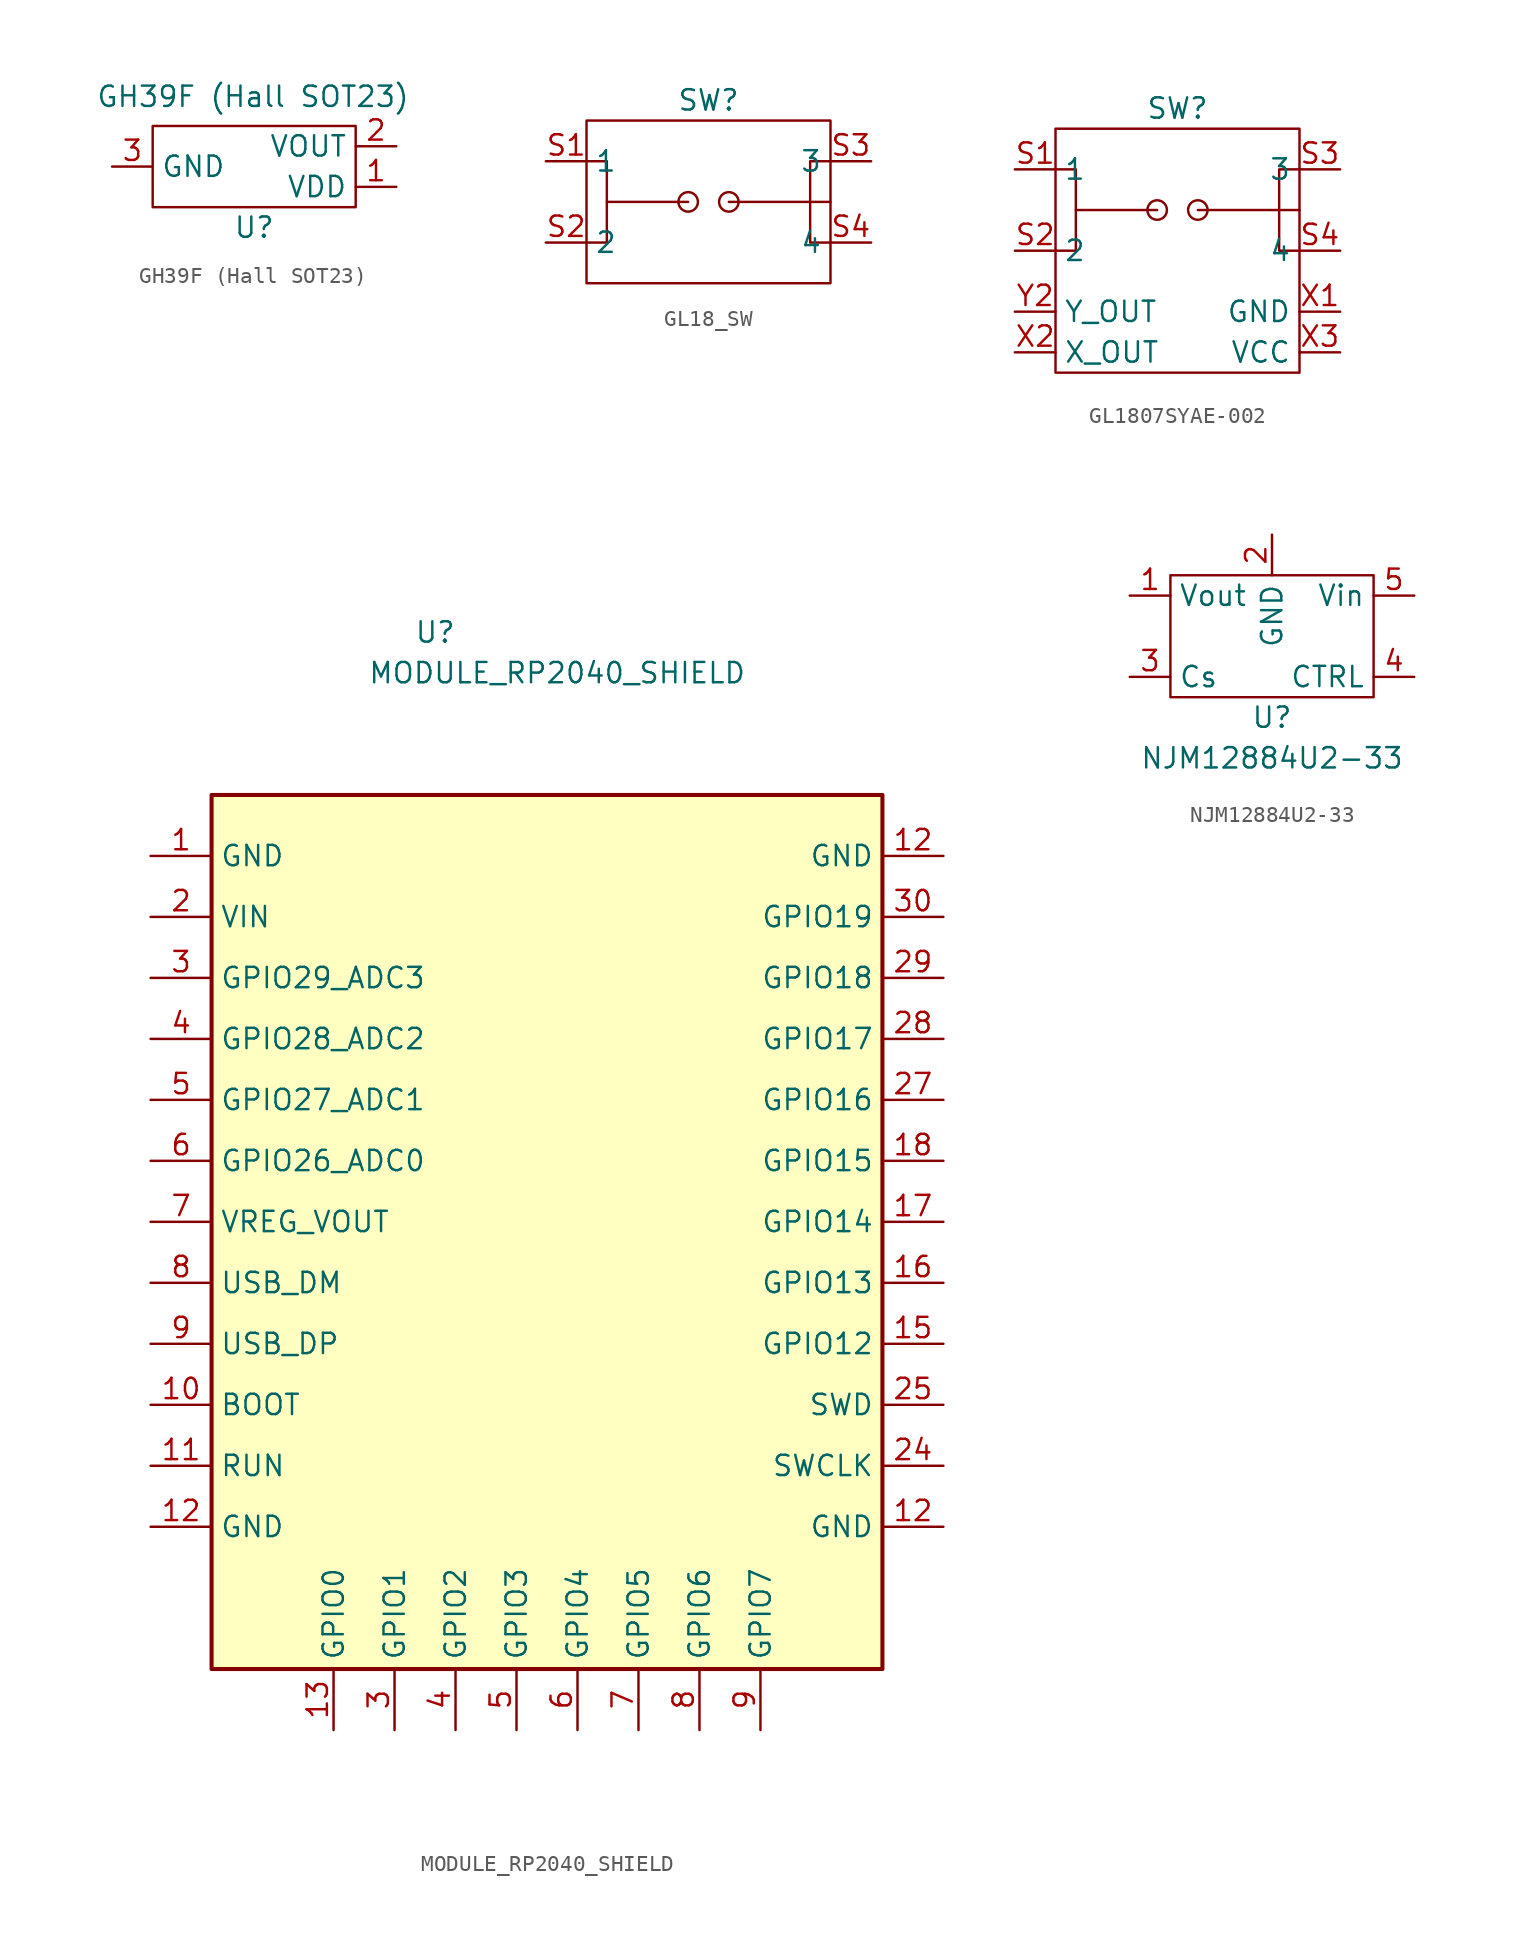
<source format=kicad_sym>
(kicad_symbol_lib
  (version 20231120)
  (generator "kicad_symbol_editor")
  (generator_version "8.0")
  (symbol "GH39F (Hall SOT23)"
    (property "Reference" "U"
      (at 0 -3.81 0)
      (effects (font (size 1.27 1.27))))
    (property "Value" "GH39F (Hall SOT23)"
      (at -0.074 4.376 0)
      (effects (font (size 1.27 1.27))))
    (symbol "GH39F (Hall SOT23)_0_1"
      (rectangle (start -6.35 2.54) (end 6.35 -2.54) (stroke (width 0) (type default)) (fill (type none))))
    (symbol "GH39F (Hall SOT23)_1_1"
      (pin power_in line (at 8.89 -1.27 180) (length 2.54) (name "VDD" (effects (font (size 1.27 1.27)))) (number "1" (effects (font (size 1.27 1.27)))))
      (pin output line (at 8.89 1.27 180) (length 2.54) (name "VOUT" (effects (font (size 1.27 1.27)))) (number "2" (effects (font (size 1.27 1.27)))))
      (pin power_in line (at -8.89 0 0) (length 2.54) (name "GND" (effects (font (size 1.27 1.27)))) (number "3" (effects (font (size 1.27 1.27)))))))
  (symbol "GL18_SW"
    (property "Reference" "SW"
      (at 0 6.35 0)
      (effects (font (size 1.27 1.27))))
    (symbol "GL18_SW_0_1"
      (rectangle (start -7.62 5.08) (end 7.62 -5.08) (stroke (width 0) (type default)) (fill (type none)))
      (circle (center -1.27 0) (radius 0.609) (stroke (width 0) (type default)) (fill (type none)))
      (polyline (pts (xy -6.35 0) (xy -1.27 0)) (stroke (width 0) (type default)) (fill (type none)))
      (polyline (pts (xy 1.27 0) (xy 7.62 0)) (stroke (width 0) (type default)) (fill (type none)))
      (polyline (pts (xy -7.62 2.54) (xy -6.35 2.54) (xy -6.35 0) (xy -6.35 -2.54) (xy -7.62 -2.54)) (stroke (width 0) (type default)) (fill (type none)))
      (polyline (pts (xy 7.62 2.54) (xy 6.35 2.54) (xy 6.35 0) (xy 6.35 -2.54) (xy 7.62 -2.54)) (stroke (width 0) (type default)) (fill (type none)))
      (circle (center 1.27 0) (radius 0.609) (stroke (width 0) (type default)) (fill (type none))))
    (symbol "GL18_SW_1_1"
      (pin input line (at -10.16 2.54 0) (length 2.54) (name "1" (effects (font (size 1.27 1.27)))) (number "S1" (effects (font (size 1.27 1.27)))))
      (pin input line (at -10.16 -2.54 0) (length 2.54) (name "2" (effects (font (size 1.27 1.27)))) (number "S2" (effects (font (size 1.27 1.27)))))
      (pin input line (at 10.16 2.54 180) (length 2.54) (name "3" (effects (font (size 1.27 1.27)))) (number "S3" (effects (font (size 1.27 1.27)))))
      (pin input line (at 10.16 -2.54 180) (length 2.54) (name "4" (effects (font (size 1.27 1.27)))) (number "S4" (effects (font (size 1.27 1.27)))))))
  (symbol "GL1807SYAE-002"
    (property "Reference" "SW"
      (at 0 6.35 0)
      (effects (font (size 1.27 1.27))))
    (symbol "GL1807SYAE-002_0_1"
      (rectangle (start -7.62 5.08) (end 7.62 -10.16) (stroke (width 0) (type default)) (fill (type none)))
      (circle (center -1.27 0) (radius 0.609) (stroke (width 0) (type default)) (fill (type none)))
      (polyline (pts (xy -6.35 0) (xy -1.27 0)) (stroke (width 0) (type default)) (fill (type none)))
      (polyline (pts (xy 1.27 0) (xy 7.62 0)) (stroke (width 0) (type default)) (fill (type none)))
      (polyline (pts (xy -7.62 2.54) (xy -6.35 2.54) (xy -6.35 0) (xy -6.35 -2.54) (xy -7.62 -2.54)) (stroke (width 0) (type default)) (fill (type none)))
      (polyline (pts (xy 7.62 2.54) (xy 6.35 2.54) (xy 6.35 0) (xy 6.35 -2.54) (xy 7.62 -2.54)) (stroke (width 0) (type default)) (fill (type none)))
      (circle (center 1.27 0) (radius 0.609) (stroke (width 0) (type default)) (fill (type none))))
    (symbol "GL1807SYAE-002_1_1"
      (pin input line (at -10.16 2.54 0) (length 2.54) (name "1" (effects (font (size 1.27 1.27)))) (number "S1" (effects (font (size 1.27 1.27)))))
      (pin input line (at -10.16 -2.54 0) (length 2.54) (name "2" (effects (font (size 1.27 1.27)))) (number "S2" (effects (font (size 1.27 1.27)))))
      (pin input line (at 10.16 2.54 180) (length 2.54) (name "3" (effects (font (size 1.27 1.27)))) (number "S3" (effects (font (size 1.27 1.27)))))
      (pin input line (at 10.16 -2.54 180) (length 2.54) (name "4" (effects (font (size 1.27 1.27)))) (number "S4" (effects (font (size 1.27 1.27)))))
      (pin input line (at 10.16 -6.35 180) (length 2.54) (name "GND" (effects (font (size 1.27 1.27)))) (number "X1" (effects (font (size 1.27 1.27)))))
      (pin input line (at -10.16 -8.89 0) (length 2.54) (name "X_OUT" (effects (font (size 1.27 1.27)))) (number "X2" (effects (font (size 1.27 1.27)))))
      (pin input line (at 10.16 -8.89 180) (length 2.54) (name "VCC" (effects (font (size 1.27 1.27)))) (number "X3" (effects (font (size 1.27 1.27)))))
      (pin input line (at 10.16 -6.35 180) (length 2.54) hide (name "GND" (effects (font (size 1.27 1.27)))) (number "Y1" (effects (font (size 1.27 1.27)))))
      (pin input line (at -10.16 -6.35 0) (length 2.54) (name "Y_OUT" (effects (font (size 1.27 1.27)))) (number "Y2" (effects (font (size 1.27 1.27)))))
      (pin input line (at 10.16 -8.89 180) (length 2.54) hide (name "VCC" (effects (font (size 1.27 1.27)))) (number "Y3" (effects (font (size 1.27 1.27)))))))
  (symbol "MODULE_RP2040_SHIELD"
    (property "Reference" "U"
      (at -11.43 36.83 0)
      (effects (font (size 1.27 1.27))))
    (property "Value" "MODULE_RP2040_SHIELD"
      (at -3.81 34.29 0)
      (effects (font (size 1.27 1.27))))
    (symbol "MODULE_RP2040_SHIELD_0_1"
      (rectangle (start -25.4 26.67) (end 16.51 -27.94) (stroke (width 0.254) (type default)) (fill (type background))))
    (symbol "MODULE_RP2040_SHIELD_1_1"
      (pin power_in line (at -29.21 22.86 0) (length 3.81) (name "GND" (effects (font (size 1.27 1.27)))) (number "1" (effects (font (size 1.27 1.27)))))
      (pin bidirectional line (at -29.21 -11.43 0) (length 3.81) (name "BOOT" (effects (font (size 1.27 1.27)))) (number "10" (effects (font (size 1.27 1.27)))))
      (pin input line (at -29.21 -15.24 0) (length 3.81) (name "RUN" (effects (font (size 1.27 1.27)))) (number "11" (effects (font (size 1.27 1.27)))))
      (pin power_in line (at -29.21 -19.05 0) (length 3.81) (name "GND" (effects (font (size 1.27 1.27)))) (number "12" (effects (font (size 1.27 1.27)))))
      (pin power_in line (at 20.32 -19.05 180) (length 3.81) (name "GND" (effects (font (size 1.27 1.27)))) (number "12" (effects (font (size 1.27 1.27)))))
      (pin power_in line (at 20.32 22.86 180) (length 3.81) (name "GND" (effects (font (size 1.27 1.27)))) (number "12" (effects (font (size 1.27 1.27)))))
      (pin bidirectional line (at -17.78 -31.75 90) (length 3.81) (name "GPIO0" (effects (font (size 1.27 1.27)))) (number "13" (effects (font (size 1.27 1.27)))))
      (pin bidirectional line (at 20.32 -7.62 180) (length 3.81) (name "GPIO12" (effects (font (size 1.27 1.27)))) (number "15" (effects (font (size 1.27 1.27)))))
      (pin bidirectional line (at 20.32 -3.81 180) (length 3.81) (name "GPIO13" (effects (font (size 1.27 1.27)))) (number "16" (effects (font (size 1.27 1.27)))))
      (pin bidirectional line (at 20.32 0 180) (length 3.81) (name "GPIO14" (effects (font (size 1.27 1.27)))) (number "17" (effects (font (size 1.27 1.27)))))
      (pin bidirectional line (at 20.32 3.81 180) (length 3.81) (name "GPIO15" (effects (font (size 1.27 1.27)))) (number "18" (effects (font (size 1.27 1.27)))))
      (pin power_in line (at -29.21 19.05 0) (length 3.81) (name "VIN" (effects (font (size 1.27 1.27)))) (number "2" (effects (font (size 1.27 1.27)))))
      (pin output line (at 20.32 -15.24 180) (length 3.81) (name "SWCLK" (effects (font (size 1.27 1.27)))) (number "24" (effects (font (size 1.27 1.27)))))
      (pin bidirectional line (at 20.32 -11.43 180) (length 3.81) (name "SWD" (effects (font (size 1.27 1.27)))) (number "25" (effects (font (size 1.27 1.27)))))
      (pin bidirectional line (at 20.32 7.62 180) (length 3.81) (name "GPIO16" (effects (font (size 1.27 1.27)))) (number "27" (effects (font (size 1.27 1.27)))))
      (pin bidirectional line (at 20.32 11.43 180) (length 3.81) (name "GPIO17" (effects (font (size 1.27 1.27)))) (number "28" (effects (font (size 1.27 1.27)))))
      (pin bidirectional line (at 20.32 15.24 180) (length 3.81) (name "GPIO18" (effects (font (size 1.27 1.27)))) (number "29" (effects (font (size 1.27 1.27)))))
      (pin bidirectional line (at -13.97 -31.75 90) (length 3.81) (name "GPIO1" (effects (font (size 1.27 1.27)))) (number "3" (effects (font (size 1.27 1.27)))))
      (pin bidirectional line (at -29.21 15.24 0) (length 3.81) (name "GPIO29_ADC3" (effects (font (size 1.27 1.27)))) (number "3" (effects (font (size 1.27 1.27)))))
      (pin bidirectional line (at 20.32 19.05 180) (length 3.81) (name "GPIO19" (effects (font (size 1.27 1.27)))) (number "30" (effects (font (size 1.27 1.27)))))
      (pin bidirectional line (at -10.16 -31.75 90) (length 3.81) (name "GPIO2" (effects (font (size 1.27 1.27)))) (number "4" (effects (font (size 1.27 1.27)))))
      (pin bidirectional line (at -29.21 11.43 0) (length 3.81) (name "GPIO28_ADC2" (effects (font (size 1.27 1.27)))) (number "4" (effects (font (size 1.27 1.27)))))
      (pin bidirectional line (at -29.21 7.62 0) (length 3.81) (name "GPIO27_ADC1" (effects (font (size 1.27 1.27)))) (number "5" (effects (font (size 1.27 1.27)))))
      (pin bidirectional line (at -6.35 -31.75 90) (length 3.81) (name "GPIO3" (effects (font (size 1.27 1.27)))) (number "5" (effects (font (size 1.27 1.27)))))
      (pin bidirectional line (at -29.21 3.81 0) (length 3.81) (name "GPIO26_ADC0" (effects (font (size 1.27 1.27)))) (number "6" (effects (font (size 1.27 1.27)))))
      (pin bidirectional line (at -2.54 -31.75 90) (length 3.81) (name "GPIO4" (effects (font (size 1.27 1.27)))) (number "6" (effects (font (size 1.27 1.27)))))
      (pin bidirectional line (at 1.27 -31.75 90) (length 3.81) (name "GPIO5" (effects (font (size 1.27 1.27)))) (number "7" (effects (font (size 1.27 1.27)))))
      (pin power_out line (at -29.21 0 0) (length 3.81) (name "VREG_VOUT" (effects (font (size 1.27 1.27)))) (number "7" (effects (font (size 1.27 1.27)))))
      (pin bidirectional line (at 5.08 -31.75 90) (length 3.81) (name "GPIO6" (effects (font (size 1.27 1.27)))) (number "8" (effects (font (size 1.27 1.27)))))
      (pin bidirectional line (at -29.21 -3.81 0) (length 3.81) (name "USB_DM" (effects (font (size 1.27 1.27)))) (number "8" (effects (font (size 1.27 1.27)))))
      (pin bidirectional line (at 8.89 -31.75 90) (length 3.81) (name "GPIO7" (effects (font (size 1.27 1.27)))) (number "9" (effects (font (size 1.27 1.27)))))
      (pin bidirectional line (at -29.21 -7.62 0) (length 3.81) (name "USB_DP" (effects (font (size 1.27 1.27)))) (number "9" (effects (font (size 1.27 1.27)))))))
  (symbol "NJM12884U2-33"
    (property "Reference" "U"
      (at 0 -3.81 0)
      (effects (font (size 1.27 1.27))))
    (property "Value" "NJM12884U2-33"
      (at 0 -6.35 0)
      (effects (font (size 1.27 1.27))))
    (symbol "NJM12884U2-33_0_1"
      (rectangle (start -6.35 5.08) (end 6.35 -2.54) (stroke (width 0) (type default)) (fill (type none))))
    (symbol "NJM12884U2-33_1_1"
      (pin power_out line (at -8.89 3.81 0) (length 2.54) (name "Vout" (effects (font (size 1.27 1.27)))) (number "1" (effects (font (size 1.27 1.27)))))
      (pin power_in line (at 0 7.62 270) (length 2.54) (name "GND" (effects (font (size 1.27 1.27)))) (number "2" (effects (font (size 1.27 1.27)))))
      (pin input line (at -8.89 -1.27 0) (length 2.54) (name "Cs" (effects (font (size 1.27 1.27)))) (number "3" (effects (font (size 1.27 1.27)))))
      (pin input line (at 8.89 -1.27 180) (length 2.54) (name "CTRL" (effects (font (size 1.27 1.27)))) (number "4" (effects (font (size 1.27 1.27)))))
      (pin input line (at 8.89 3.81 180) (length 2.54) (name "Vin" (effects (font (size 1.27 1.27)))) (number "5" (effects (font (size 1.27 1.27))))))))
</source>
